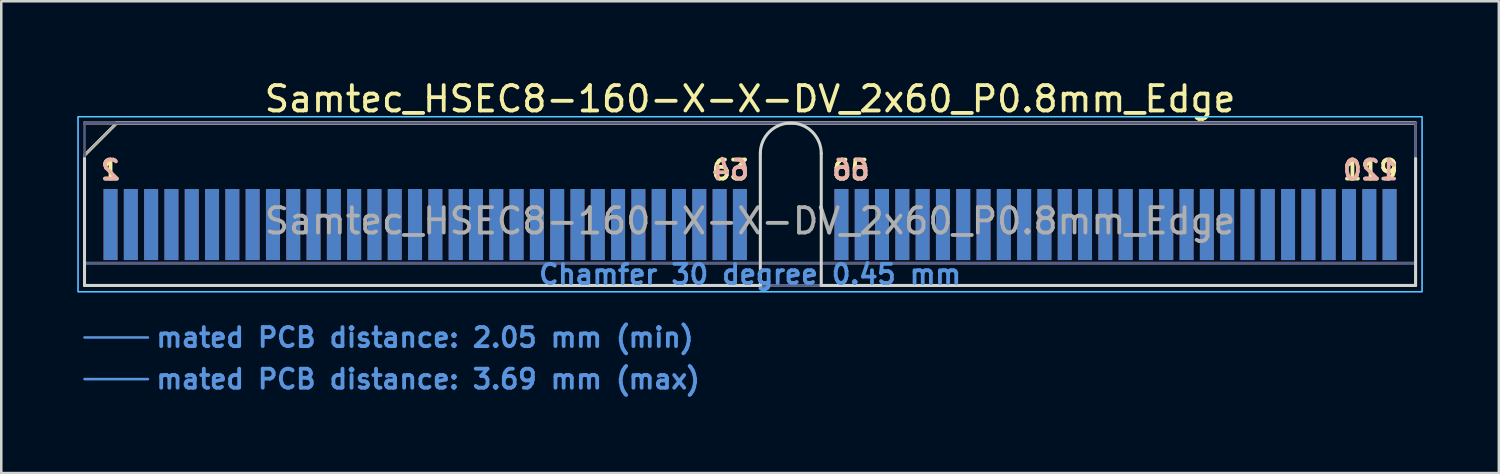
<source format=kicad_pcb>
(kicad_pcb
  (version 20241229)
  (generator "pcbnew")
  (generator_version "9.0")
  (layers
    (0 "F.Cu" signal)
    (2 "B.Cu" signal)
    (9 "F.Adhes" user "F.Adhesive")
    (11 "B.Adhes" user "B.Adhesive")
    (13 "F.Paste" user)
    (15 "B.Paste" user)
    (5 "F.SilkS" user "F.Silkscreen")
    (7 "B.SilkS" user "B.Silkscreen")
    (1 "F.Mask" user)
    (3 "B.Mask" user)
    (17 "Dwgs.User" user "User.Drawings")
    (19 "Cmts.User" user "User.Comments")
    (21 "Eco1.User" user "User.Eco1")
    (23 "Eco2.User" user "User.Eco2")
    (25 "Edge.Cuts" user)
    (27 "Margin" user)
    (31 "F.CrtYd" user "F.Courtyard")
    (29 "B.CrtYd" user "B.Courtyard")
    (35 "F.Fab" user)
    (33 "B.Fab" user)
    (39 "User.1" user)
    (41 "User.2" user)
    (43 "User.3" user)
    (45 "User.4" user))
  (footprint "Samtec_HSEC8-160-X-X-DV_2x60_P0.8mm_Edge"
    (layer "F.Cu")
    (at 26.505 8.198)
    (property "Reference" "Samtec_HSEC8-160-X-X-DV_2x60_P0.8mm_Edge" (at 0 -7.35 0) (layer "F.SilkS") (effects (font (size 1 1) (thickness 0.15))))
    (attr exclude_from_pos_files exclude_from_bom)
    (fp_line (start -26.225 -5.13) (end -24.955 -6.4) (stroke (width 0.12) (type solid)) (layer "F.SilkS"))
    (fp_line (start -24.955 -6.4) (end 26.225 -6.4) (stroke (width 0.12) (type solid)) (layer "F.SilkS"))
    (fp_line (start -26.225 -6.4) (end -26.225 -6.4) (stroke (width 0.12) (type solid)) (layer "B.SilkS"))
    (fp_line (start -26.225 -6.4) (end 26.225 -6.4) (stroke (width 0.12) (type solid)) (layer "B.SilkS"))
    (fp_line (start -26.225 2.05) (end -23.725 2.05) (stroke (width 0.1) (type solid)) (layer "Cmts.User"))
    (fp_line (start -26.225 3.69) (end -23.725 3.69) (stroke (width 0.1) (type solid)) (layer "Cmts.User"))
    (fp_line (start -26.225 -5) (end -26.225 0) (stroke (width 0.12) (type solid)) (layer "Edge.Cuts"))
    (fp_line (start -26.225 0) (end 0.405 0) (stroke (width 0.12) (type solid)) (layer "Edge.Cuts"))
    (fp_line (start 0.405 0) (end 0.405 -5.2) (stroke (width 0.12) (type solid)) (layer "Edge.Cuts"))
    (fp_line (start 2.805 -5.2) (end 2.805 0) (stroke (width 0.12) (type solid)) (layer "Edge.Cuts"))
    (fp_line (start 2.805 0) (end 26.225 0) (stroke (width 0.12) (type solid)) (layer "Edge.Cuts"))
    (fp_line (start 26.225 0) (end 26.225 -5) (stroke (width 0.12) (type solid)) (layer "Edge.Cuts"))
    (fp_arc (start 0.405 -5.2) (mid 1.605 -6.4) (end 2.805 -5.2) (stroke (width 0.12) (type solid)) (layer "Edge.Cuts"))
    (fp_rect (start -26.48 -6.65) (end 26.48 0.25) (stroke (width 0.05) (type solid)) (fill no) (layer "B.CrtYd"))
    (fp_rect (start -26.48 -6.65) (end 26.48 0.25) (stroke (width 0.05) (type solid)) (fill no) (layer "F.CrtYd"))
    (fp_line (start -26.225 -6.4) (end -26.225 -6.4) (stroke (width 0.1) (type solid)) (layer "B.Fab"))
    (fp_line (start -26.225 -6.4) (end -26.225 0) (stroke (width 0.1) (type solid)) (layer "B.Fab"))
    (fp_line (start -26.225 -6.4) (end 26.225 -6.4) (stroke (width 0.1) (type solid)) (layer "B.Fab"))
    (fp_line (start -26.225 -0.88) (end 26.225 -0.88) (stroke (width 0.1) (type solid)) (layer "B.Fab"))
    (fp_line (start -26.225 0) (end 26.225 0) (stroke (width 0.1) (type solid)) (layer "B.Fab"))
    (fp_line (start 26.225 -6.4) (end 26.225 0) (stroke (width 0.1) (type solid)) (layer "B.Fab"))
    (fp_line (start -26.225 -5.13) (end -26.225 0) (stroke (width 0.1) (type solid)) (layer "F.Fab"))
    (fp_line (start -26.225 -5.13) (end -24.955 -6.4) (stroke (width 0.1) (type solid)) (layer "F.Fab"))
    (fp_line (start -26.225 -0.88) (end 26.225 -0.88) (stroke (width 0.1) (type solid)) (layer "F.Fab"))
    (fp_line (start -26.225 0) (end 26.225 0) (stroke (width 0.1) (type solid)) (layer "F.Fab"))
    (fp_line (start -24.955 -6.4) (end 26.225 -6.4) (stroke (width 0.1) (type solid)) (layer "F.Fab"))
    (fp_line (start 26.225 -6.4) (end 26.225 0) (stroke (width 0.1) (type solid)) (layer "F.Fab"))
    (fp_text user "119" (at 24.45 -4.55 0) (layer "F.SilkS") (effects (font (size 0.75 0.75) (thickness 0.15))))
    (fp_text user "65" (at 3.975 -4.55 0) (layer "F.SilkS") (effects (font (size 0.75 0.75) (thickness 0.15))))
    (fp_text user "63" (at -0.775 -4.55 0) (layer "F.SilkS") (effects (font (size 0.75 0.75) (thickness 0.15))))
    (fp_text user "1" (at -25.2 -4.55 0) (layer "F.SilkS") (effects (font (size 0.75 0.75) (thickness 0.15))))
    (fp_text user "2" (at -25.2 -4.55 0) (layer "B.SilkS") (effects (font (size 0.75 0.75) (thickness 0.15)) (justify mirror)))
    (fp_text user "120" (at 24.45 -4.55 0) (layer "B.SilkS") (effects (font (size 0.75 0.75) (thickness 0.15)) (justify mirror)))
    (fp_text user "66" (at 3.975 -4.55 0) (layer "B.SilkS") (effects (font (size 0.75 0.75) (thickness 0.15)) (justify mirror)))
    (fp_text user "64" (at -0.775 -4.55 0) (layer "B.SilkS") (effects (font (size 0.75 0.75) (thickness 0.15)) (justify mirror)))
    (fp_text user "Chamfer 30 degree 0.45 mm" (at 0 -0.44 0) (layer "Cmts.User") (effects (font (size 0.75 0.75) (thickness 0.15))))
    (fp_text user "mated PCB distance: 2.05 mm (min)" (at -23.48 2.05 0) (layer "Cmts.User") (effects (font (size 0.75 0.75) (thickness 0.15)) (justify left)))
    (fp_text user "mated PCB distance: 3.69 mm (max)" (at -23.48 3.69 0) (layer "Cmts.User") (effects (font (size 0.75 0.75) (thickness 0.15)) (justify left)))
    (fp_text user "${REFERENCE}" (at 0 -2.54 0) (layer "F.Fab") (effects (font (size 1 1) (thickness 0.15))))
    (pad "1" connect rect (at -25.2 -2.4) (size 0.55 2.8) (layers "F.Cu" "F.Mask"))
    (pad "2" connect rect (at -25.2 -2.4) (size 0.55 2.8) (layers "B.Cu" "B.Mask"))
    (pad "3" connect rect (at -24.4 -2.4) (size 0.55 2.8) (layers "F.Cu" "F.Mask"))
    (pad "4" connect rect (at -24.4 -2.4) (size 0.55 2.8) (layers "B.Cu" "B.Mask"))
    (pad "5" connect rect (at -23.6 -2.4) (size 0.55 2.8) (layers "F.Cu" "F.Mask"))
    (pad "6" connect rect (at -23.6 -2.4) (size 0.55 2.8) (layers "B.Cu" "B.Mask"))
    (pad "7" connect rect (at -22.8 -2.4) (size 0.55 2.8) (layers "F.Cu" "F.Mask"))
    (pad "8" connect rect (at -22.8 -2.4) (size 0.55 2.8) (layers "B.Cu" "B.Mask"))
    (pad "9" connect rect (at -22 -2.4) (size 0.55 2.8) (layers "F.Cu" "F.Mask"))
    (pad "10" connect rect (at -22 -2.4) (size 0.55 2.8) (layers "B.Cu" "B.Mask"))
    (pad "11" connect rect (at -21.2 -2.4) (size 0.55 2.8) (layers "F.Cu" "F.Mask"))
    (pad "12" connect rect (at -21.2 -2.4) (size 0.55 2.8) (layers "B.Cu" "B.Mask"))
    (pad "13" connect rect (at -20.4 -2.4) (size 0.55 2.8) (layers "F.Cu" "F.Mask"))
    (pad "14" connect rect (at -20.4 -2.4) (size 0.55 2.8) (layers "B.Cu" "B.Mask"))
    (pad "15" connect rect (at -19.6 -2.4) (size 0.55 2.8) (layers "F.Cu" "F.Mask"))
    (pad "16" connect rect (at -19.6 -2.4) (size 0.55 2.8) (layers "B.Cu" "B.Mask"))
    (pad "17" connect rect (at -18.8 -2.4) (size 0.55 2.8) (layers "F.Cu" "F.Mask"))
    (pad "18" connect rect (at -18.8 -2.4) (size 0.55 2.8) (layers "B.Cu" "B.Mask"))
    (pad "19" connect rect (at -18 -2.4) (size 0.55 2.8) (layers "F.Cu" "F.Mask"))
    (pad "20" connect rect (at -18 -2.4) (size 0.55 2.8) (layers "B.Cu" "B.Mask"))
    (pad "21" connect rect (at -17.2 -2.4) (size 0.55 2.8) (layers "F.Cu" "F.Mask"))
    (pad "22" connect rect (at -17.2 -2.4) (size 0.55 2.8) (layers "B.Cu" "B.Mask"))
    (pad "23" connect rect (at -16.4 -2.4) (size 0.55 2.8) (layers "F.Cu" "F.Mask"))
    (pad "24" connect rect (at -16.4 -2.4) (size 0.55 2.8) (layers "B.Cu" "B.Mask"))
    (pad "25" connect rect (at -15.6 -2.4) (size 0.55 2.8) (layers "F.Cu" "F.Mask"))
    (pad "26" connect rect (at -15.6 -2.4) (size 0.55 2.8) (layers "B.Cu" "B.Mask"))
    (pad "27" connect rect (at -14.8 -2.4) (size 0.55 2.8) (layers "F.Cu" "F.Mask"))
    (pad "28" connect rect (at -14.8 -2.4) (size 0.55 2.8) (layers "B.Cu" "B.Mask"))
    (pad "29" connect rect (at -14 -2.4) (size 0.55 2.8) (layers "F.Cu" "F.Mask"))
    (pad "30" connect rect (at -14 -2.4) (size 0.55 2.8) (layers "B.Cu" "B.Mask"))
    (pad "31" connect rect (at -13.2 -2.4) (size 0.55 2.8) (layers "F.Cu" "F.Mask"))
    (pad "32" connect rect (at -13.2 -2.4) (size 0.55 2.8) (layers "B.Cu" "B.Mask"))
    (pad "33" connect rect (at -12.4 -2.4) (size 0.55 2.8) (layers "F.Cu" "F.Mask"))
    (pad "34" connect rect (at -12.4 -2.4) (size 0.55 2.8) (layers "B.Cu" "B.Mask"))
    (pad "35" connect rect (at -11.6 -2.4) (size 0.55 2.8) (layers "F.Cu" "F.Mask"))
    (pad "36" connect rect (at -11.6 -2.4) (size 0.55 2.8) (layers "B.Cu" "B.Mask"))
    (pad "37" connect rect (at -10.8 -2.4) (size 0.55 2.8) (layers "F.Cu" "F.Mask"))
    (pad "38" connect rect (at -10.8 -2.4) (size 0.55 2.8) (layers "B.Cu" "B.Mask"))
    (pad "39" connect rect (at -10 -2.4) (size 0.55 2.8) (layers "F.Cu" "F.Mask"))
    (pad "40" connect rect (at -10 -2.4) (size 0.55 2.8) (layers "B.Cu" "B.Mask"))
    (pad "41" connect rect (at -9.2 -2.4) (size 0.55 2.8) (layers "F.Cu" "F.Mask"))
    (pad "42" connect rect (at -9.2 -2.4) (size 0.55 2.8) (layers "B.Cu" "B.Mask"))
    (pad "43" connect rect (at -8.4 -2.4) (size 0.55 2.8) (layers "F.Cu" "F.Mask"))
    (pad "44" connect rect (at -8.4 -2.4) (size 0.55 2.8) (layers "B.Cu" "B.Mask"))
    (pad "45" connect rect (at -7.6 -2.4) (size 0.55 2.8) (layers "F.Cu" "F.Mask"))
    (pad "46" connect rect (at -7.6 -2.4) (size 0.55 2.8) (layers "B.Cu" "B.Mask"))
    (pad "47" connect rect (at -6.8 -2.4) (size 0.55 2.8) (layers "F.Cu" "F.Mask"))
    (pad "48" connect rect (at -6.8 -2.4) (size 0.55 2.8) (layers "B.Cu" "B.Mask"))
    (pad "49" connect rect (at -6 -2.4) (size 0.55 2.8) (layers "F.Cu" "F.Mask"))
    (pad "50" connect rect (at -6 -2.4) (size 0.55 2.8) (layers "B.Cu" "B.Mask"))
    (pad "51" connect rect (at -5.2 -2.4) (size 0.55 2.8) (layers "F.Cu" "F.Mask"))
    (pad "52" connect rect (at -5.2 -2.4) (size 0.55 2.8) (layers "B.Cu" "B.Mask"))
    (pad "53" connect rect (at -4.4 -2.4) (size 0.55 2.8) (layers "F.Cu" "F.Mask"))
    (pad "54" connect rect (at -4.4 -2.4) (size 0.55 2.8) (layers "B.Cu" "B.Mask"))
    (pad "55" connect rect (at -3.6 -2.4) (size 0.55 2.8) (layers "F.Cu" "F.Mask"))
    (pad "56" connect rect (at -3.6 -2.4) (size 0.55 2.8) (layers "B.Cu" "B.Mask"))
    (pad "57" connect rect (at -2.8 -2.4) (size 0.55 2.8) (layers "F.Cu" "F.Mask"))
    (pad "58" connect rect (at -2.8 -2.4) (size 0.55 2.8) (layers "B.Cu" "B.Mask"))
    (pad "59" connect rect (at -2 -2.4) (size 0.55 2.8) (layers "F.Cu" "F.Mask"))
    (pad "60" connect rect (at -2 -2.4) (size 0.55 2.8) (layers "B.Cu" "B.Mask"))
    (pad "61" connect rect (at -1.2 -2.4) (size 0.55 2.8) (layers "F.Cu" "F.Mask"))
    (pad "62" connect rect (at -1.2 -2.4) (size 0.55 2.8) (layers "B.Cu" "B.Mask"))
    (pad "63" connect rect (at -0.4 -2.4) (size 0.55 2.8) (layers "F.Cu" "F.Mask"))
    (pad "64" connect rect (at -0.4 -2.4) (size 0.55 2.8) (layers "B.Cu" "B.Mask"))
    (pad "65" connect rect (at 3.6 -2.4) (size 0.55 2.8) (layers "F.Cu" "F.Mask"))
    (pad "66" connect rect (at 3.6 -2.4) (size 0.55 2.8) (layers "B.Cu" "B.Mask"))
    (pad "67" connect rect (at 4.4 -2.4) (size 0.55 2.8) (layers "F.Cu" "F.Mask"))
    (pad "68" connect rect (at 4.4 -2.4) (size 0.55 2.8) (layers "B.Cu" "B.Mask"))
    (pad "69" connect rect (at 5.2 -2.4) (size 0.55 2.8) (layers "F.Cu" "F.Mask"))
    (pad "70" connect rect (at 5.2 -2.4) (size 0.55 2.8) (layers "B.Cu" "B.Mask"))
    (pad "71" connect rect (at 6 -2.4) (size 0.55 2.8) (layers "F.Cu" "F.Mask"))
    (pad "72" connect rect (at 6 -2.4) (size 0.55 2.8) (layers "B.Cu" "B.Mask"))
    (pad "73" connect rect (at 6.8 -2.4) (size 0.55 2.8) (layers "F.Cu" "F.Mask"))
    (pad "74" connect rect (at 6.8 -2.4) (size 0.55 2.8) (layers "B.Cu" "B.Mask"))
    (pad "75" connect rect (at 7.6 -2.4) (size 0.55 2.8) (layers "F.Cu" "F.Mask"))
    (pad "76" connect rect (at 7.6 -2.4) (size 0.55 2.8) (layers "B.Cu" "B.Mask"))
    (pad "77" connect rect (at 8.4 -2.4) (size 0.55 2.8) (layers "F.Cu" "F.Mask"))
    (pad "78" connect rect (at 8.4 -2.4) (size 0.55 2.8) (layers "B.Cu" "B.Mask"))
    (pad "79" connect rect (at 9.2 -2.4) (size 0.55 2.8) (layers "F.Cu" "F.Mask"))
    (pad "80" connect rect (at 9.2 -2.4) (size 0.55 2.8) (layers "B.Cu" "B.Mask"))
    (pad "81" connect rect (at 10 -2.4) (size 0.55 2.8) (layers "F.Cu" "F.Mask"))
    (pad "82" connect rect (at 10 -2.4) (size 0.55 2.8) (layers "B.Cu" "B.Mask"))
    (pad "83" connect rect (at 10.8 -2.4) (size 0.55 2.8) (layers "F.Cu" "F.Mask"))
    (pad "84" connect rect (at 10.8 -2.4) (size 0.55 2.8) (layers "B.Cu" "B.Mask"))
    (pad "85" connect rect (at 11.6 -2.4) (size 0.55 2.8) (layers "F.Cu" "F.Mask"))
    (pad "86" connect rect (at 11.6 -2.4) (size 0.55 2.8) (layers "B.Cu" "B.Mask"))
    (pad "87" connect rect (at 12.4 -2.4) (size 0.55 2.8) (layers "F.Cu" "F.Mask"))
    (pad "88" connect rect (at 12.4 -2.4) (size 0.55 2.8) (layers "B.Cu" "B.Mask"))
    (pad "89" connect rect (at 13.2 -2.4) (size 0.55 2.8) (layers "F.Cu" "F.Mask"))
    (pad "90" connect rect (at 13.2 -2.4) (size 0.55 2.8) (layers "B.Cu" "B.Mask"))
    (pad "91" connect rect (at 14 -2.4) (size 0.55 2.8) (layers "F.Cu" "F.Mask"))
    (pad "92" connect rect (at 14 -2.4) (size 0.55 2.8) (layers "B.Cu" "B.Mask"))
    (pad "93" connect rect (at 14.8 -2.4) (size 0.55 2.8) (layers "F.Cu" "F.Mask"))
    (pad "94" connect rect (at 14.8 -2.4) (size 0.55 2.8) (layers "B.Cu" "B.Mask"))
    (pad "95" connect rect (at 15.6 -2.4) (size 0.55 2.8) (layers "F.Cu" "F.Mask"))
    (pad "96" connect rect (at 15.6 -2.4) (size 0.55 2.8) (layers "B.Cu" "B.Mask"))
    (pad "97" connect rect (at 16.4 -2.4) (size 0.55 2.8) (layers "F.Cu" "F.Mask"))
    (pad "98" connect rect (at 16.4 -2.4) (size 0.55 2.8) (layers "B.Cu" "B.Mask"))
    (pad "99" connect rect (at 17.2 -2.4) (size 0.55 2.8) (layers "F.Cu" "F.Mask"))
    (pad "100" connect rect (at 17.2 -2.4) (size 0.55 2.8) (layers "B.Cu" "B.Mask"))
    (pad "101" connect rect (at 18 -2.4) (size 0.55 2.8) (layers "F.Cu" "F.Mask"))
    (pad "102" connect rect (at 18 -2.4) (size 0.55 2.8) (layers "B.Cu" "B.Mask"))
    (pad "103" connect rect (at 18.8 -2.4) (size 0.55 2.8) (layers "F.Cu" "F.Mask"))
    (pad "104" connect rect (at 18.8 -2.4) (size 0.55 2.8) (layers "B.Cu" "B.Mask"))
    (pad "105" connect rect (at 19.6 -2.4) (size 0.55 2.8) (layers "F.Cu" "F.Mask"))
    (pad "106" connect rect (at 19.6 -2.4) (size 0.55 2.8) (layers "B.Cu" "B.Mask"))
    (pad "107" connect rect (at 20.4 -2.4) (size 0.55 2.8) (layers "F.Cu" "F.Mask"))
    (pad "108" connect rect (at 20.4 -2.4) (size 0.55 2.8) (layers "B.Cu" "B.Mask"))
    (pad "109" connect rect (at 21.2 -2.4) (size 0.55 2.8) (layers "F.Cu" "F.Mask"))
    (pad "110" connect rect (at 21.2 -2.4) (size 0.55 2.8) (layers "B.Cu" "B.Mask"))
    (pad "111" connect rect (at 22 -2.4) (size 0.55 2.8) (layers "F.Cu" "F.Mask"))
    (pad "112" connect rect (at 22 -2.4) (size 0.55 2.8) (layers "B.Cu" "B.Mask"))
    (pad "113" connect rect (at 22.8 -2.4) (size 0.55 2.8) (layers "F.Cu" "F.Mask"))
    (pad "114" connect rect (at 22.8 -2.4) (size 0.55 2.8) (layers "B.Cu" "B.Mask"))
    (pad "115" connect rect (at 23.6 -2.4) (size 0.55 2.8) (layers "F.Cu" "F.Mask"))
    (pad "116" connect rect (at 23.6 -2.4) (size 0.55 2.8) (layers "B.Cu" "B.Mask"))
    (pad "117" connect rect (at 24.4 -2.4) (size 0.55 2.8) (layers "F.Cu" "F.Mask"))
    (pad "118" connect rect (at 24.4 -2.4) (size 0.55 2.8) (layers "B.Cu" "B.Mask"))
    (pad "119" connect rect (at 25.2 -2.4) (size 0.55 2.8) (layers "F.Cu" "F.Mask"))
    (pad "120" connect rect (at 25.2 -2.4) (size 0.55 2.8) (layers "B.Cu" "B.Mask")))
  (gr_rect
    (start -3 -3)
    (end 56.01 15.59)
    (stroke (width 0.1) (type default))
    (fill no)
    (layer "Edge.Cuts")))
</source>
